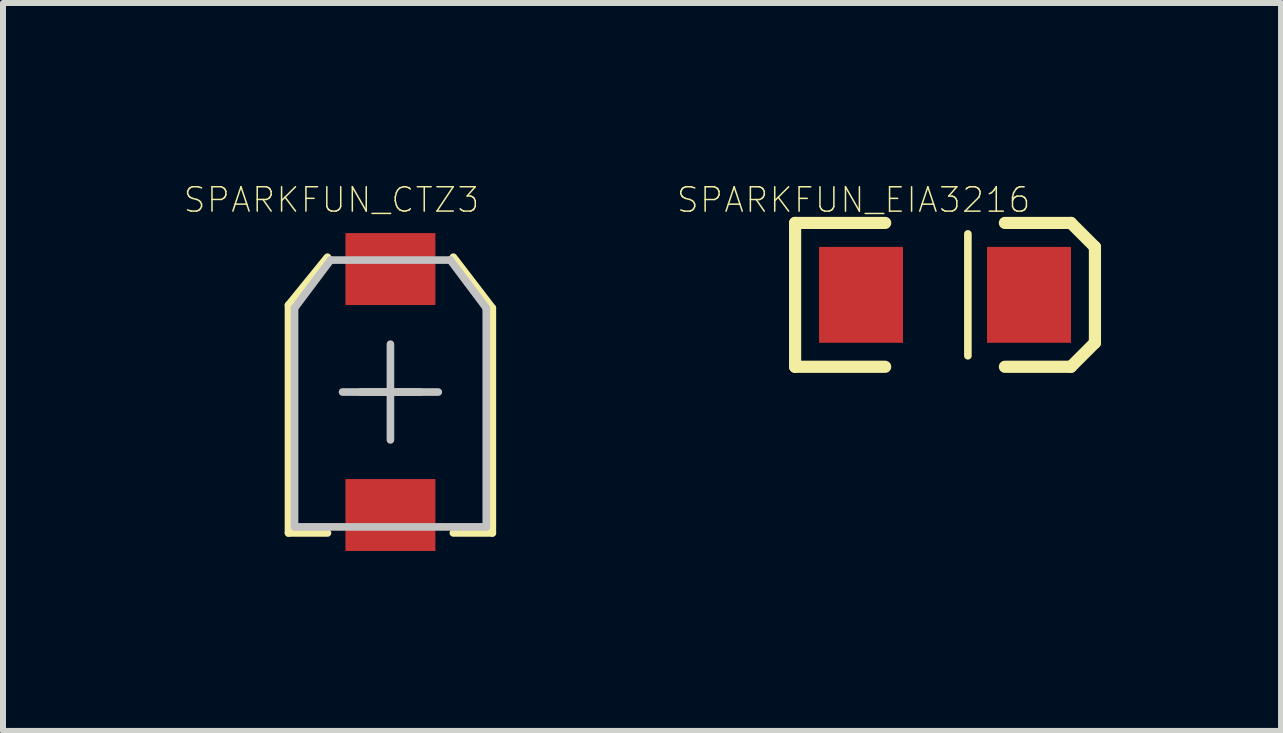
<source format=kicad_pcb>
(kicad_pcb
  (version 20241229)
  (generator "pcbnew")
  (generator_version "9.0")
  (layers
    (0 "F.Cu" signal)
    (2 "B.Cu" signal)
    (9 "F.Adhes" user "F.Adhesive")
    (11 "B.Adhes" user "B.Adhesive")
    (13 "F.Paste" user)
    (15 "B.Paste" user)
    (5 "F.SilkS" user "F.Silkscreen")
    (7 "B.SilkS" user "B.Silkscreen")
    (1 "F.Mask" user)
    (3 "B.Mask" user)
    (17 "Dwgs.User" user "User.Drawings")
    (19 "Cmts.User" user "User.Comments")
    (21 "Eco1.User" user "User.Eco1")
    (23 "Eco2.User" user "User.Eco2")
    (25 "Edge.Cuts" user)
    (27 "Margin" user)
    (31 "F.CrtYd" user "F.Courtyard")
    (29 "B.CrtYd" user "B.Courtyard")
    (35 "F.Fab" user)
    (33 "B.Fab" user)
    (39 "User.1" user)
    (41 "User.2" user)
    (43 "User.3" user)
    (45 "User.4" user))
  (footprint "SPARKFUN_CTZ3"
    (layer "F.Cu")
    (at 3.458 3.485)
    (property "Reference" "SPARKFUN_CTZ3" (at -0.983 -3.203 0) (layer "F.SilkS") (effects (font (size 0.406 0.406) (thickness 0.025))))
    (attr smd)
    (fp_line (start -1.699 -1.448) (end -1.699 2.349) (stroke (width 0.127) (type solid)) (layer "F.SilkS"))
    (fp_line (start -1.699 2.349) (end -1.049 2.349) (stroke (width 0.127) (type solid)) (layer "F.SilkS"))
    (fp_line (start -1.049 -2.248) (end -1.699 -1.448) (stroke (width 0.127) (type solid)) (layer "F.SilkS"))
    (fp_line (start 1.049 -2.248) (end 1.699 -1.4) (stroke (width 0.127) (type solid)) (layer "F.SilkS"))
    (fp_line (start 1.699 -1.4) (end 1.699 2.349) (stroke (width 0.127) (type solid)) (layer "F.SilkS"))
    (fp_line (start 1.699 2.349) (end 1.049 2.349) (stroke (width 0.127) (type solid)) (layer "F.SilkS"))
    (fp_line (start -1.598 -1.4) (end -1.598 2.248) (stroke (width 0.127) (type solid)) (layer "Dwgs.User"))
    (fp_line (start -1.598 -1.4) (end -0.998 -2.2) (stroke (width 0.127) (type solid)) (layer "Dwgs.User"))
    (fp_line (start -1.598 2.248) (end 1.598 2.248) (stroke (width 0.127) (type solid)) (layer "Dwgs.User"))
    (fp_line (start -0.998 -2.2) (end 0.998 -2.2) (stroke (width 0.127) (type solid)) (layer "Dwgs.User"))
    (fp_line (start -0.798 0) (end 0.798 0) (stroke (width 0.127) (type solid)) (layer "Dwgs.User"))
    (fp_line (start -0.498 0) (end 0.498 0) (stroke (width 0.127) (type solid)) (layer "Dwgs.User"))
    (fp_line (start 0 -0.798) (end 0 0.798) (stroke (width 0.127) (type solid)) (layer "Dwgs.User"))
    (fp_line (start 1.598 -1.4) (end 0.998 -2.2) (stroke (width 0.127) (type solid)) (layer "Dwgs.User"))
    (fp_line (start 1.598 -1.4) (end 1.598 2.248) (stroke (width 0.127) (type solid)) (layer "Dwgs.User"))
    (pad "+" smd rect (at 0 -2.05) (size 1.499 1.199) (layers "F.Cu" "F.Mask" "F.Paste"))
    (pad "-" smd rect (at 0 2.05) (size 1.499 1.199) (layers "F.Cu" "F.Mask" "F.Paste")))
  (footprint "SPARKFUN_EIA3216"
    (layer "F.Cu")
    (at 12.703 1.865)
    (property "Reference" "SPARKFUN_EIA3216" (at -1.524 -1.582 0) (layer "F.SilkS") (effects (font (size 0.406 0.406) (thickness 0.025))))
    (attr smd)
    (fp_line (start -2.499 -1.199) (end -0.998 -1.199) (stroke (width 0.203) (type solid)) (layer "F.SilkS"))
    (fp_line (start -2.499 1.199) (end -2.499 -1.199) (stroke (width 0.203) (type solid)) (layer "F.SilkS"))
    (fp_line (start -0.998 1.199) (end -2.499 1.199) (stroke (width 0.203) (type solid)) (layer "F.SilkS"))
    (fp_line (start 0.381 -1.016) (end 0.381 1.016) (stroke (width 0.127) (type solid)) (layer "F.SilkS"))
    (fp_line (start 0.998 1.199) (end 2.098 1.199) (stroke (width 0.203) (type solid)) (layer "F.SilkS"))
    (fp_line (start 2.098 -1.199) (end 0.998 -1.199) (stroke (width 0.203) (type solid)) (layer "F.SilkS"))
    (fp_line (start 2.098 1.199) (end 2.499 0.798) (stroke (width 0.203) (type solid)) (layer "F.SilkS"))
    (fp_line (start 2.499 -0.798) (end 2.098 -1.199) (stroke (width 0.203) (type solid)) (layer "F.SilkS"))
    (fp_line (start 2.499 0.798) (end 2.499 -0.798) (stroke (width 0.203) (type solid)) (layer "F.SilkS"))
    (pad "A" smd rect (at 1.4 0 90) (size 1.598 1.4) (layers "F.Cu" "F.Mask" "F.Paste"))
    (pad "C" smd rect (at -1.4 0 90) (size 1.598 1.4) (layers "F.Cu" "F.Mask" "F.Paste")))
  (gr_rect
    (start -3 -3)
    (end 18.304 9.134)
    (stroke (width 0.1) (type default))
    (fill no)
    (layer "Edge.Cuts")))
</source>
